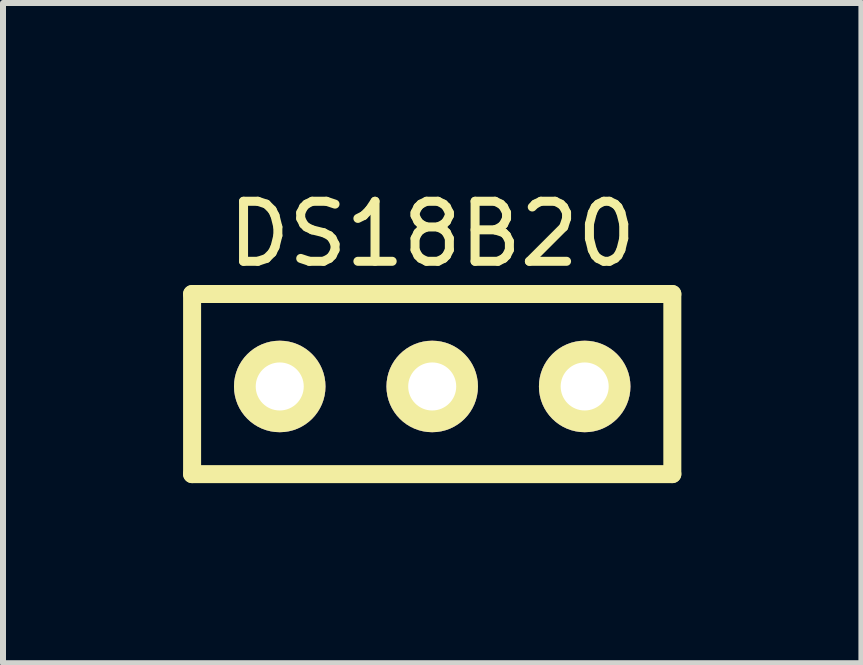
<source format=kicad_pcb>
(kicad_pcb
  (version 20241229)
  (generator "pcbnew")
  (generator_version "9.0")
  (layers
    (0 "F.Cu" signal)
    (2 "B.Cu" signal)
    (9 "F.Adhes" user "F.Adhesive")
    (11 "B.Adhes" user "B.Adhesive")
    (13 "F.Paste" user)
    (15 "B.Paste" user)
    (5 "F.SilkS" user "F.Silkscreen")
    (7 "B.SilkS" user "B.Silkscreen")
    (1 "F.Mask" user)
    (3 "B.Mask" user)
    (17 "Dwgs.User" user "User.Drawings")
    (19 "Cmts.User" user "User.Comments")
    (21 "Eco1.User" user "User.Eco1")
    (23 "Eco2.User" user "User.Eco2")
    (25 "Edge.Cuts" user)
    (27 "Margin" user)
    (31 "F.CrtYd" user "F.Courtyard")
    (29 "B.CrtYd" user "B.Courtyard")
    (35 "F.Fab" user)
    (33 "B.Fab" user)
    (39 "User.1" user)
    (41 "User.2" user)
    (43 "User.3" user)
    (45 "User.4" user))
  (footprint "DS18B20"
    (layer "F.Cu")
    (at 4.15 0.848)
    (property "Reference" "DS18B20" (at 0 0 0) (layer "F.SilkS") (effects (font (size 1 1) (thickness 0.15))))
    (attr through_hole)
    (fp_line (start -4 1) (end 4 1) (stroke (width 0.3) (type solid)) (layer "F.SilkS"))
    (fp_line (start -4 4) (end -4 1) (stroke (width 0.3) (type solid)) (layer "F.SilkS"))
    (fp_line (start 4 1) (end 4 4) (stroke (width 0.3) (type solid)) (layer "F.SilkS"))
    (fp_line (start 4 4) (end -4 4) (stroke (width 0.3) (type solid)) (layer "F.SilkS"))
    (pad "1" thru_hole circle (at 2.54 2.54) (size 1.524 1.524) (drill 0.8) (layers "*.Cu" "*.Mask" "F.SilkS"))
    (pad "2" thru_hole circle (at 0 2.54) (size 1.524 1.524) (drill 0.8) (layers "*.Cu" "*.Mask" "F.SilkS"))
    (pad "3" thru_hole circle (at -2.54 2.54) (size 1.524 1.524) (drill 0.8) (layers "*.Cu" "*.Mask" "F.SilkS")))
  (gr_rect
    (start -3 -3)
    (end 11.3 7.998)
    (stroke (width 0.1) (type default))
    (fill no)
    (layer "Edge.Cuts")))
</source>
